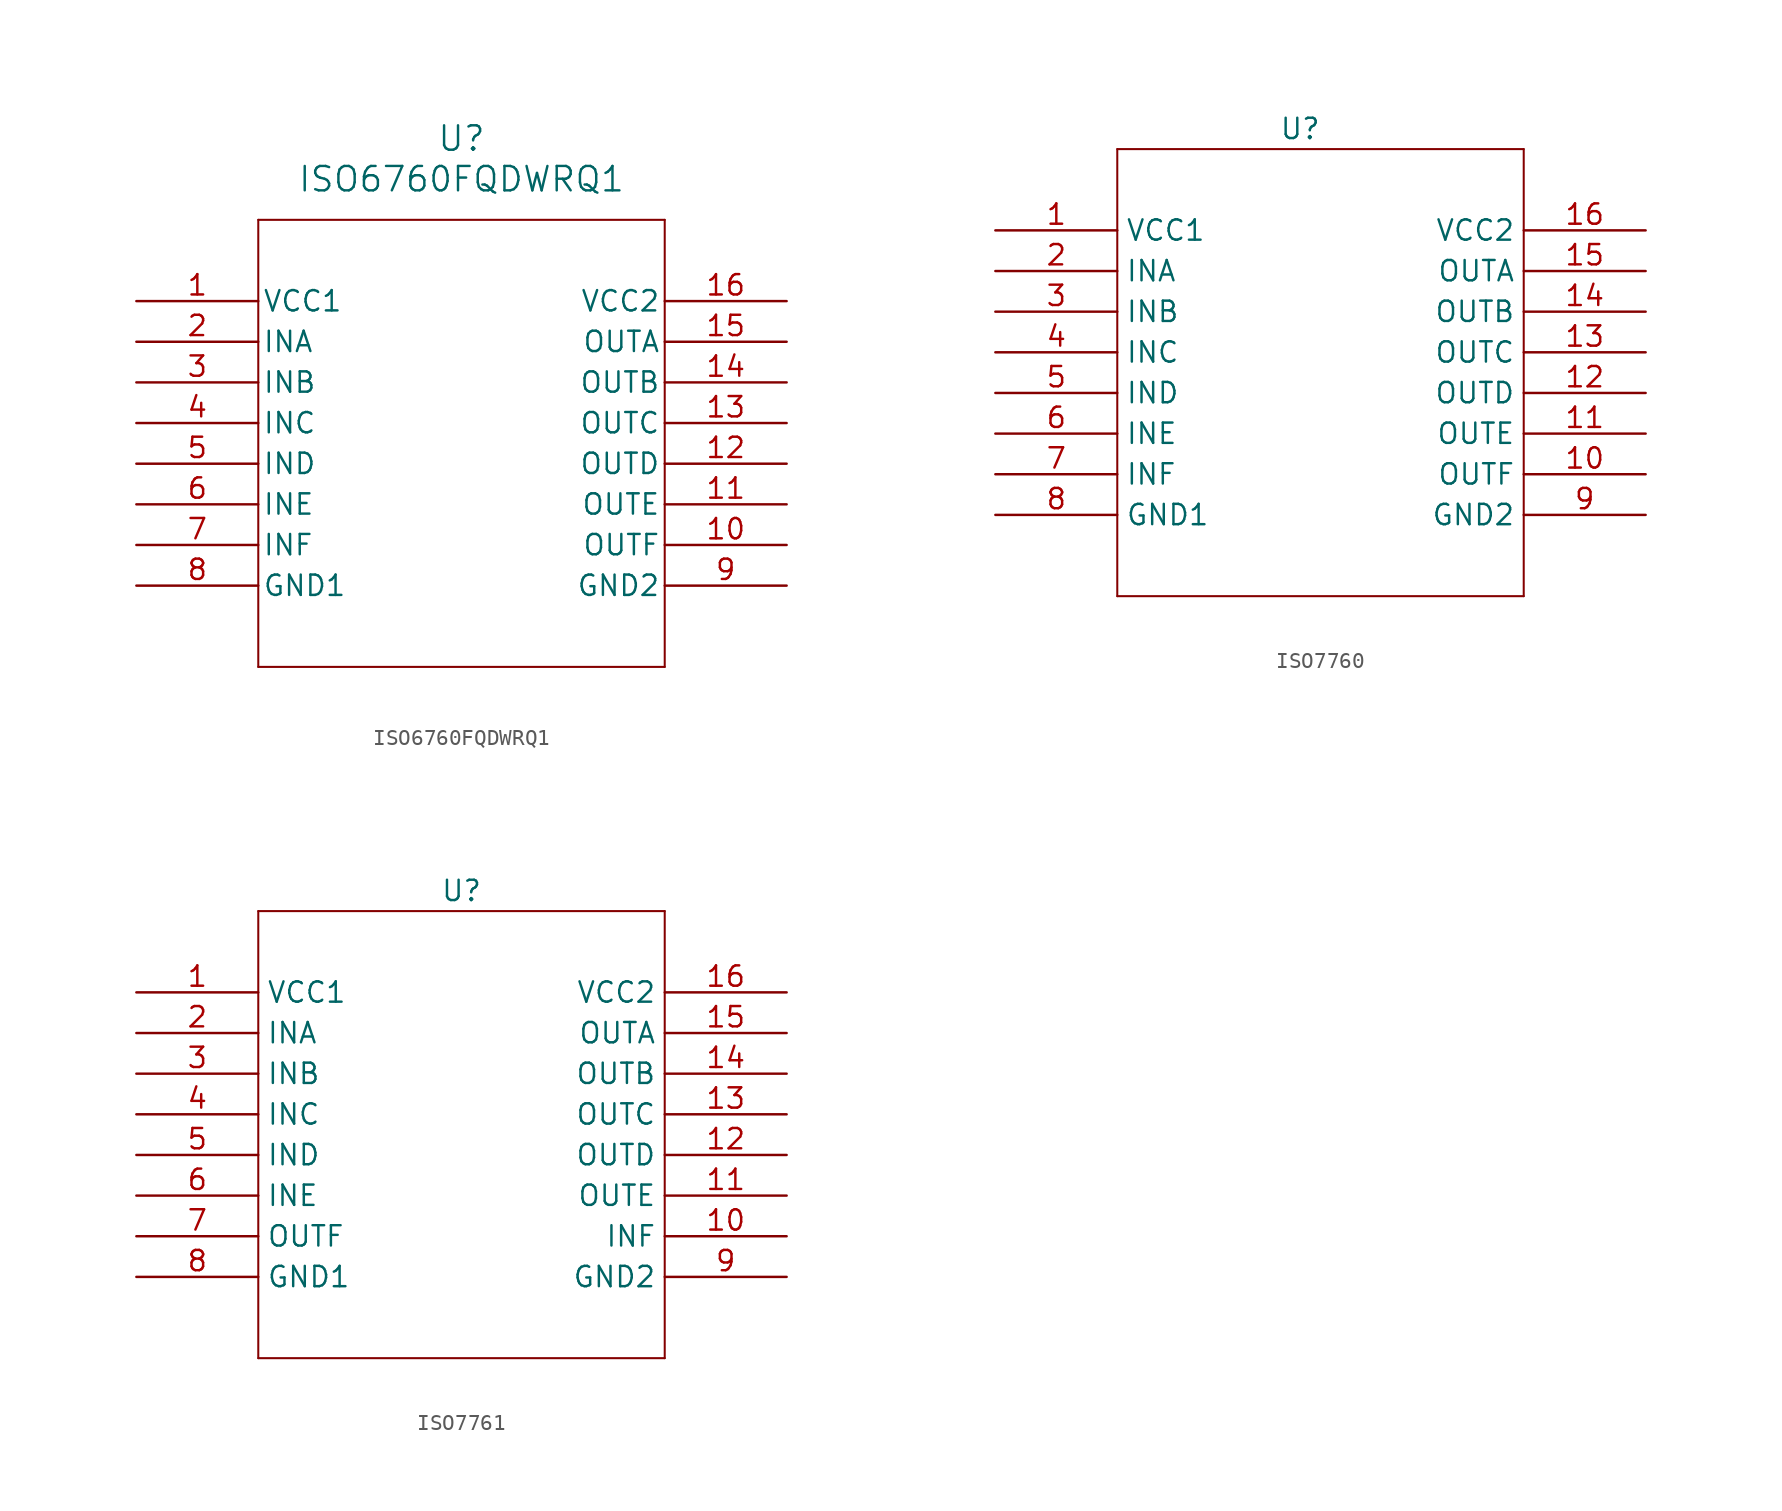
<source format=kicad_sym>
(kicad_symbol_lib
  (version 20241209)
  (generator "kicad_symbol_editor")
  (generator_version "9.0")
  (symbol "ISO6760FQDWRQ1"
    (pin_names
      (offset 0.254))
    (property "Reference" "U"
      (at 20.32 10.16 0)
      (effects (font (size 1.524 1.524))))
    (property "Value" "ISO6760FQDWRQ1"
      (at 20.32 7.62 0)
      (effects (font (size 1.524 1.524))))
    (property "ki_locked" ""
      (at 0 0 0)
      (effects (font (size 1.27 1.27))))
    (symbol "ISO6760FQDWRQ1_0_1"
      (polyline (pts (xy 7.62 5.08) (xy 7.62 -22.86)) (stroke (width 0.127) (type default)) (fill (type none)))
      (polyline (pts (xy 7.62 -22.86) (xy 33.02 -22.86)) (stroke (width 0.127) (type default)) (fill (type none)))
      (polyline (pts (xy 33.02 5.08) (xy 7.62 5.08)) (stroke (width 0.127) (type default)) (fill (type none)))
      (polyline (pts (xy 33.02 -22.86) (xy 33.02 5.08)) (stroke (width 0.127) (type default)) (fill (type none)))
      (pin power_in line (at 0 0 0) (length 7.62) (name "VCC1" (effects (font (size 1.27 1.27)))) (number "1" (effects (font (size 1.27 1.27)))))
      (pin input line (at 0 -2.54 0) (length 7.62) (name "INA" (effects (font (size 1.27 1.27)))) (number "2" (effects (font (size 1.27 1.27)))))
      (pin input line (at 0 -5.08 0) (length 7.62) (name "INB" (effects (font (size 1.27 1.27)))) (number "3" (effects (font (size 1.27 1.27)))))
      (pin input line (at 0 -7.62 0) (length 7.62) (name "INC" (effects (font (size 1.27 1.27)))) (number "4" (effects (font (size 1.27 1.27)))))
      (pin input line (at 0 -10.16 0) (length 7.62) (name "IND" (effects (font (size 1.27 1.27)))) (number "5" (effects (font (size 1.27 1.27)))))
      (pin input line (at 0 -12.7 0) (length 7.62) (name "INE" (effects (font (size 1.27 1.27)))) (number "6" (effects (font (size 1.27 1.27)))))
      (pin input line (at 0 -15.24 0) (length 7.62) (name "INF" (effects (font (size 1.27 1.27)))) (number "7" (effects (font (size 1.27 1.27)))))
      (pin power_out line (at 0 -17.78 0) (length 7.62) (name "GND1" (effects (font (size 1.27 1.27)))) (number "8" (effects (font (size 1.27 1.27)))))
      (pin power_in line (at 40.64 0 180) (length 7.62) (name "VCC2" (effects (font (size 1.27 1.27)))) (number "16" (effects (font (size 1.27 1.27)))))
      (pin output line (at 40.64 -2.54 180) (length 7.62) (name "OUTA" (effects (font (size 1.27 1.27)))) (number "15" (effects (font (size 1.27 1.27)))))
      (pin output line (at 40.64 -5.08 180) (length 7.62) (name "OUTB" (effects (font (size 1.27 1.27)))) (number "14" (effects (font (size 1.27 1.27)))))
      (pin output line (at 40.64 -7.62 180) (length 7.62) (name "OUTC" (effects (font (size 1.27 1.27)))) (number "13" (effects (font (size 1.27 1.27)))))
      (pin output line (at 40.64 -10.16 180) (length 7.62) (name "OUTD" (effects (font (size 1.27 1.27)))) (number "12" (effects (font (size 1.27 1.27)))))
      (pin output line (at 40.64 -12.7 180) (length 7.62) (name "OUTE" (effects (font (size 1.27 1.27)))) (number "11" (effects (font (size 1.27 1.27)))))
      (pin output line (at 40.64 -15.24 180) (length 7.62) (name "OUTF" (effects (font (size 1.27 1.27)))) (number "10" (effects (font (size 1.27 1.27)))))
      (pin power_out line (at 40.64 -17.78 180) (length 7.62) (name "GND2" (effects (font (size 1.27 1.27)))) (number "9" (effects (font (size 1.27 1.27)))))))
  (symbol "ISO7760"
    (property "Reference" "U"
      (at 0 0 0)
      (effects (font (size 1.27 1.27))))
    (property "Value" ""
      (at 0 0 0)
      (effects (font (size 1.27 1.27))))
    (symbol "ISO7760_0_1"
      (polyline (pts (xy -11.43 -1.27) (xy -11.43 -29.21)) (stroke (width 0.127) (type default)) (fill (type none)))
      (polyline (pts (xy -11.43 -29.21) (xy 13.97 -29.21)) (stroke (width 0.127) (type default)) (fill (type none)))
      (polyline (pts (xy 13.97 -1.27) (xy -11.43 -1.27)) (stroke (width 0.127) (type default)) (fill (type none)))
      (polyline (pts (xy 13.97 -29.21) (xy 13.97 -1.27)) (stroke (width 0.127) (type default)) (fill (type none)))
      (pin power_in line (at -19.05 -6.35 0) (length 7.62) (name "VCC1" (effects (font (size 1.27 1.27)))) (number "1" (effects (font (size 1.27 1.27)))))
      (pin input line (at -19.05 -8.89 0) (length 7.62) (name "INA" (effects (font (size 1.27 1.27)))) (number "2" (effects (font (size 1.27 1.27)))))
      (pin input line (at -19.05 -11.43 0) (length 7.62) (name "INB" (effects (font (size 1.27 1.27)))) (number "3" (effects (font (size 1.27 1.27)))))
      (pin input line (at -19.05 -13.97 0) (length 7.62) (name "INC" (effects (font (size 1.27 1.27)))) (number "4" (effects (font (size 1.27 1.27)))))
      (pin input line (at -19.05 -16.51 0) (length 7.62) (name "IND" (effects (font (size 1.27 1.27)))) (number "5" (effects (font (size 1.27 1.27)))))
      (pin input line (at -19.05 -19.05 0) (length 7.62) (name "INE" (effects (font (size 1.27 1.27)))) (number "6" (effects (font (size 1.27 1.27)))))
      (pin input line (at -19.05 -21.59 0) (length 7.62) (name "INF" (effects (font (size 1.27 1.27)))) (number "7" (effects (font (size 1.27 1.27)))))
      (pin power_in line (at 21.59 -6.35 180) (length 7.62) (name "VCC2" (effects (font (size 1.27 1.27)))) (number "16" (effects (font (size 1.27 1.27)))))
      (pin output line (at 21.59 -8.89 180) (length 7.62) (name "OUTA" (effects (font (size 1.27 1.27)))) (number "15" (effects (font (size 1.27 1.27)))))
      (pin output line (at 21.59 -11.43 180) (length 7.62) (name "OUTB" (effects (font (size 1.27 1.27)))) (number "14" (effects (font (size 1.27 1.27)))))
      (pin output line (at 21.59 -13.97 180) (length 7.62) (name "OUTC" (effects (font (size 1.27 1.27)))) (number "13" (effects (font (size 1.27 1.27)))))
      (pin output line (at 21.59 -16.51 180) (length 7.62) (name "OUTD" (effects (font (size 1.27 1.27)))) (number "12" (effects (font (size 1.27 1.27)))))
      (pin output line (at 21.59 -19.05 180) (length 7.62) (name "OUTE" (effects (font (size 1.27 1.27)))) (number "11" (effects (font (size 1.27 1.27)))))
      (pin output line (at 21.59 -21.59 180) (length 7.62) (name "OUTF" (effects (font (size 1.27 1.27)))) (number "10" (effects (font (size 1.27 1.27))))))
    (symbol "ISO7760_1_1"
      (pin power_in line (at -19.05 -24.13 0) (length 7.62) (name "GND1" (effects (font (size 1.27 1.27)))) (number "8" (effects (font (size 1.27 1.27)))))
      (pin power_in line (at 21.59 -24.13 180) (length 7.62) (name "GND2" (effects (font (size 1.27 1.27)))) (number "9" (effects (font (size 1.27 1.27)))))))
  (symbol "ISO7761"
    (property "Reference" "U"
      (at 0 0 0)
      (effects (font (size 1.27 1.27))))
    (property "Value" ""
      (at 0 0 0)
      (effects (font (size 1.27 1.27))))
    (symbol "ISO7761_0_1"
      (polyline (pts (xy -12.7 -1.27) (xy -12.7 -29.21)) (stroke (width 0.127) (type default)) (fill (type none)))
      (polyline (pts (xy -12.7 -29.21) (xy 12.7 -29.21)) (stroke (width 0.127) (type default)) (fill (type none)))
      (polyline (pts (xy 12.7 -1.27) (xy -12.7 -1.27)) (stroke (width 0.127) (type default)) (fill (type none)))
      (polyline (pts (xy 12.7 -29.21) (xy 12.7 -1.27)) (stroke (width 0.127) (type default)) (fill (type none)))
      (pin power_in line (at -20.32 -6.35 0) (length 7.62) (name "VCC1" (effects (font (size 1.27 1.27)))) (number "1" (effects (font (size 1.27 1.27)))))
      (pin input line (at -20.32 -8.89 0) (length 7.62) (name "INA" (effects (font (size 1.27 1.27)))) (number "2" (effects (font (size 1.27 1.27)))))
      (pin input line (at -20.32 -11.43 0) (length 7.62) (name "INB" (effects (font (size 1.27 1.27)))) (number "3" (effects (font (size 1.27 1.27)))))
      (pin input line (at -20.32 -13.97 0) (length 7.62) (name "INC" (effects (font (size 1.27 1.27)))) (number "4" (effects (font (size 1.27 1.27)))))
      (pin input line (at -20.32 -16.51 0) (length 7.62) (name "IND" (effects (font (size 1.27 1.27)))) (number "5" (effects (font (size 1.27 1.27)))))
      (pin input line (at -20.32 -19.05 0) (length 7.62) (name "INE" (effects (font (size 1.27 1.27)))) (number "6" (effects (font (size 1.27 1.27)))))
      (pin power_in line (at 20.32 -6.35 180) (length 7.62) (name "VCC2" (effects (font (size 1.27 1.27)))) (number "16" (effects (font (size 1.27 1.27)))))
      (pin output line (at 20.32 -8.89 180) (length 7.62) (name "OUTA" (effects (font (size 1.27 1.27)))) (number "15" (effects (font (size 1.27 1.27)))))
      (pin output line (at 20.32 -11.43 180) (length 7.62) (name "OUTB" (effects (font (size 1.27 1.27)))) (number "14" (effects (font (size 1.27 1.27)))))
      (pin output line (at 20.32 -13.97 180) (length 7.62) (name "OUTC" (effects (font (size 1.27 1.27)))) (number "13" (effects (font (size 1.27 1.27)))))
      (pin output line (at 20.32 -16.51 180) (length 7.62) (name "OUTD" (effects (font (size 1.27 1.27)))) (number "12" (effects (font (size 1.27 1.27)))))
      (pin output line (at 20.32 -19.05 180) (length 7.62) (name "OUTE" (effects (font (size 1.27 1.27)))) (number "11" (effects (font (size 1.27 1.27))))))
    (symbol "ISO7761_1_1"
      (pin output line (at -20.32 -21.59 0) (length 7.62) (name "OUTF" (effects (font (size 1.27 1.27)))) (number "7" (effects (font (size 1.27 1.27)))))
      (pin power_in line (at -20.32 -24.13 0) (length 7.62) (name "GND1" (effects (font (size 1.27 1.27)))) (number "8" (effects (font (size 1.27 1.27)))))
      (pin input line (at 20.32 -21.59 180) (length 7.62) (name "INF" (effects (font (size 1.27 1.27)))) (number "10" (effects (font (size 1.27 1.27)))))
      (pin power_in line (at 20.32 -24.13 180) (length 7.62) (name "GND2" (effects (font (size 1.27 1.27)))) (number "9" (effects (font (size 1.27 1.27))))))))
</source>
